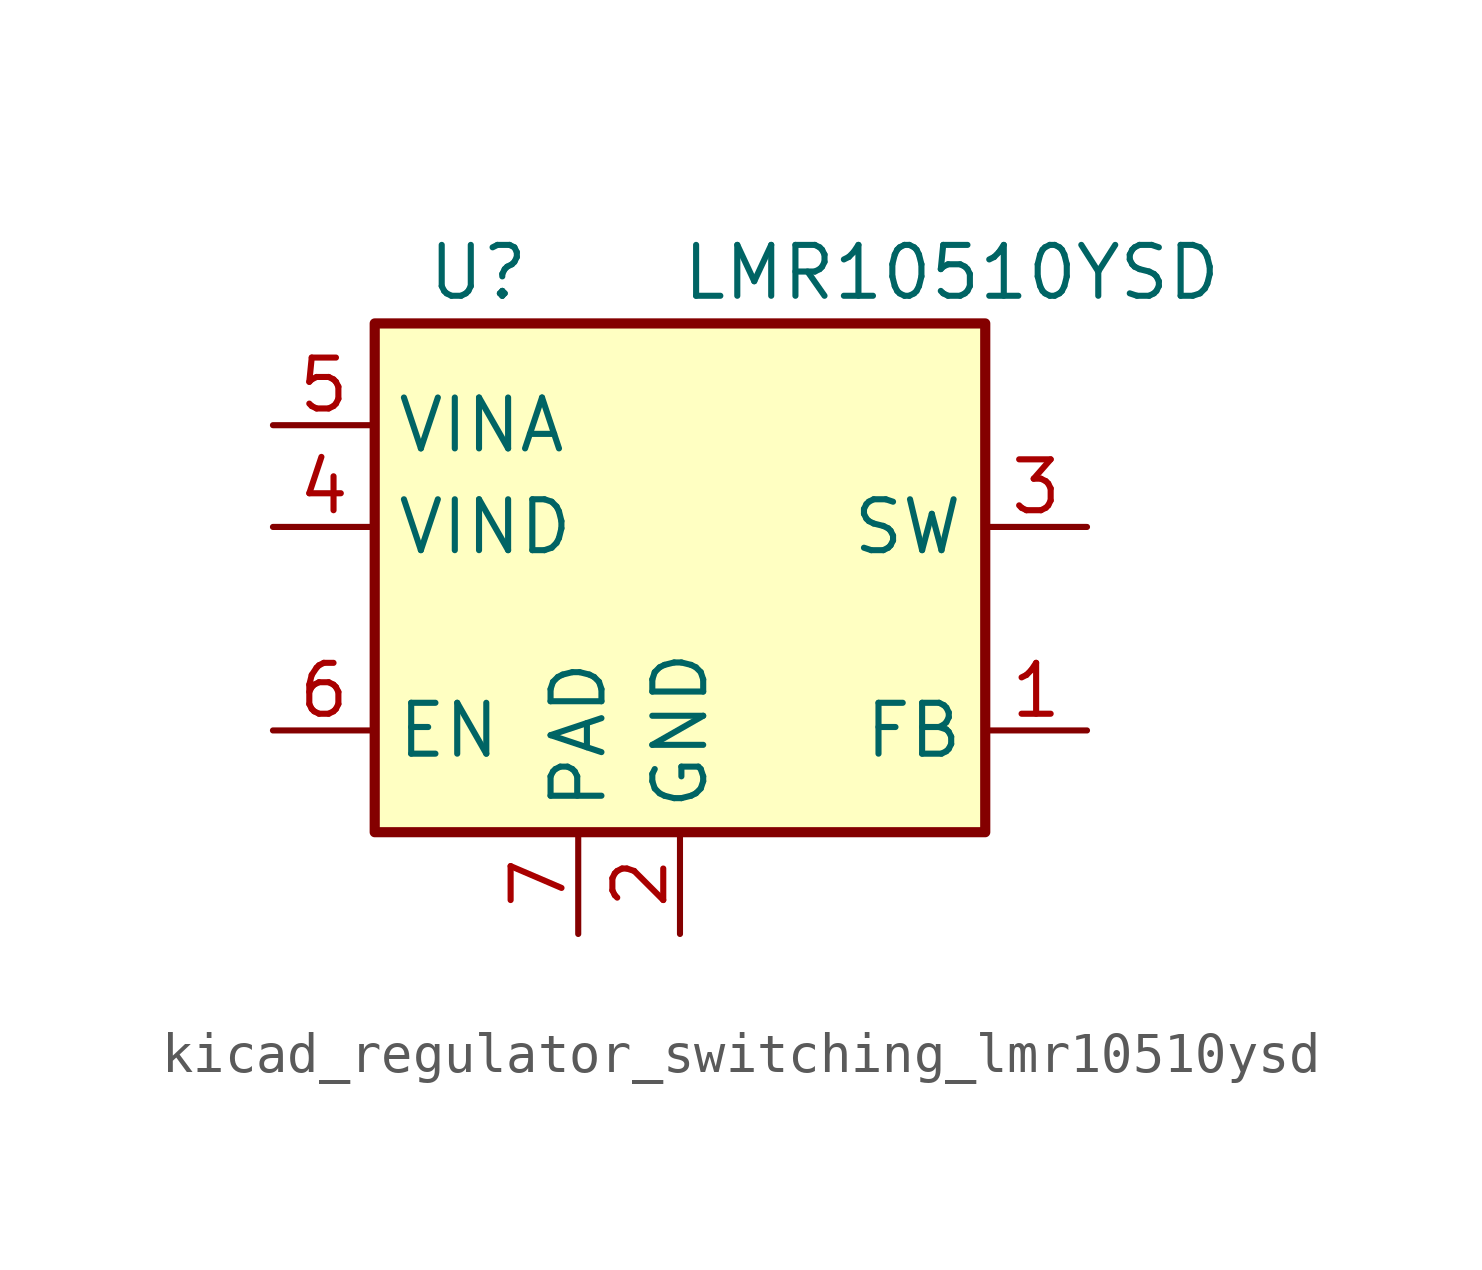
<source format=kicad_sym>
(kicad_symbol_lib
  (version 20220914)
  (generator kicad_symbol_editor)
  (symbol "kicad_regulator_switching_lmr10510ysd"
    (property "Reference" "U"
      (at -6.35 8.89 0)
      (effects (font (size 1.27 1.27)) (justify left)))
    (property "Value" "LMR10510YSD"
      (at 0 8.89 0)
      (effects (font (size 1.27 1.27)) (justify left)))
    (symbol "kicad_regulator_switching_lmr10510ysd_0_1"
      (rectangle (start -7.62 7.62) (end 7.62 -5.08) (stroke (width 0.254) (type default)) (fill (type background))))
    (symbol "kicad_regulator_switching_lmr10510ysd_1_1"
      (pin input line (at 10.16 -2.54 180) (length 2.54) (name "FB" (effects (font (size 1.27 1.27)))) (number "1" (effects (font (size 1.27 1.27)))))
      (pin power_in line (at 0 -7.62 90) (length 2.54) (name "GND" (effects (font (size 1.27 1.27)))) (number "2" (effects (font (size 1.27 1.27)))))
      (pin output line (at 10.16 2.54 180) (length 2.54) (name "SW" (effects (font (size 1.27 1.27)))) (number "3" (effects (font (size 1.27 1.27)))))
      (pin power_in line (at -10.16 2.54 0) (length 2.54) (name "VIND" (effects (font (size 1.27 1.27)))) (number "4" (effects (font (size 1.27 1.27)))))
      (pin input line (at -10.16 5.08 0) (length 2.54) (name "VINA" (effects (font (size 1.27 1.27)))) (number "5" (effects (font (size 1.27 1.27)))))
      (pin input line (at -10.16 -2.54 0) (length 2.54) (name "EN" (effects (font (size 1.27 1.27)))) (number "6" (effects (font (size 1.27 1.27)))))
      (pin passive line (at -2.54 -7.62 90) (length 2.54) (name "PAD" (effects (font (size 1.27 1.27)))) (number "7" (effects (font (size 1.27 1.27))))))))
</source>
